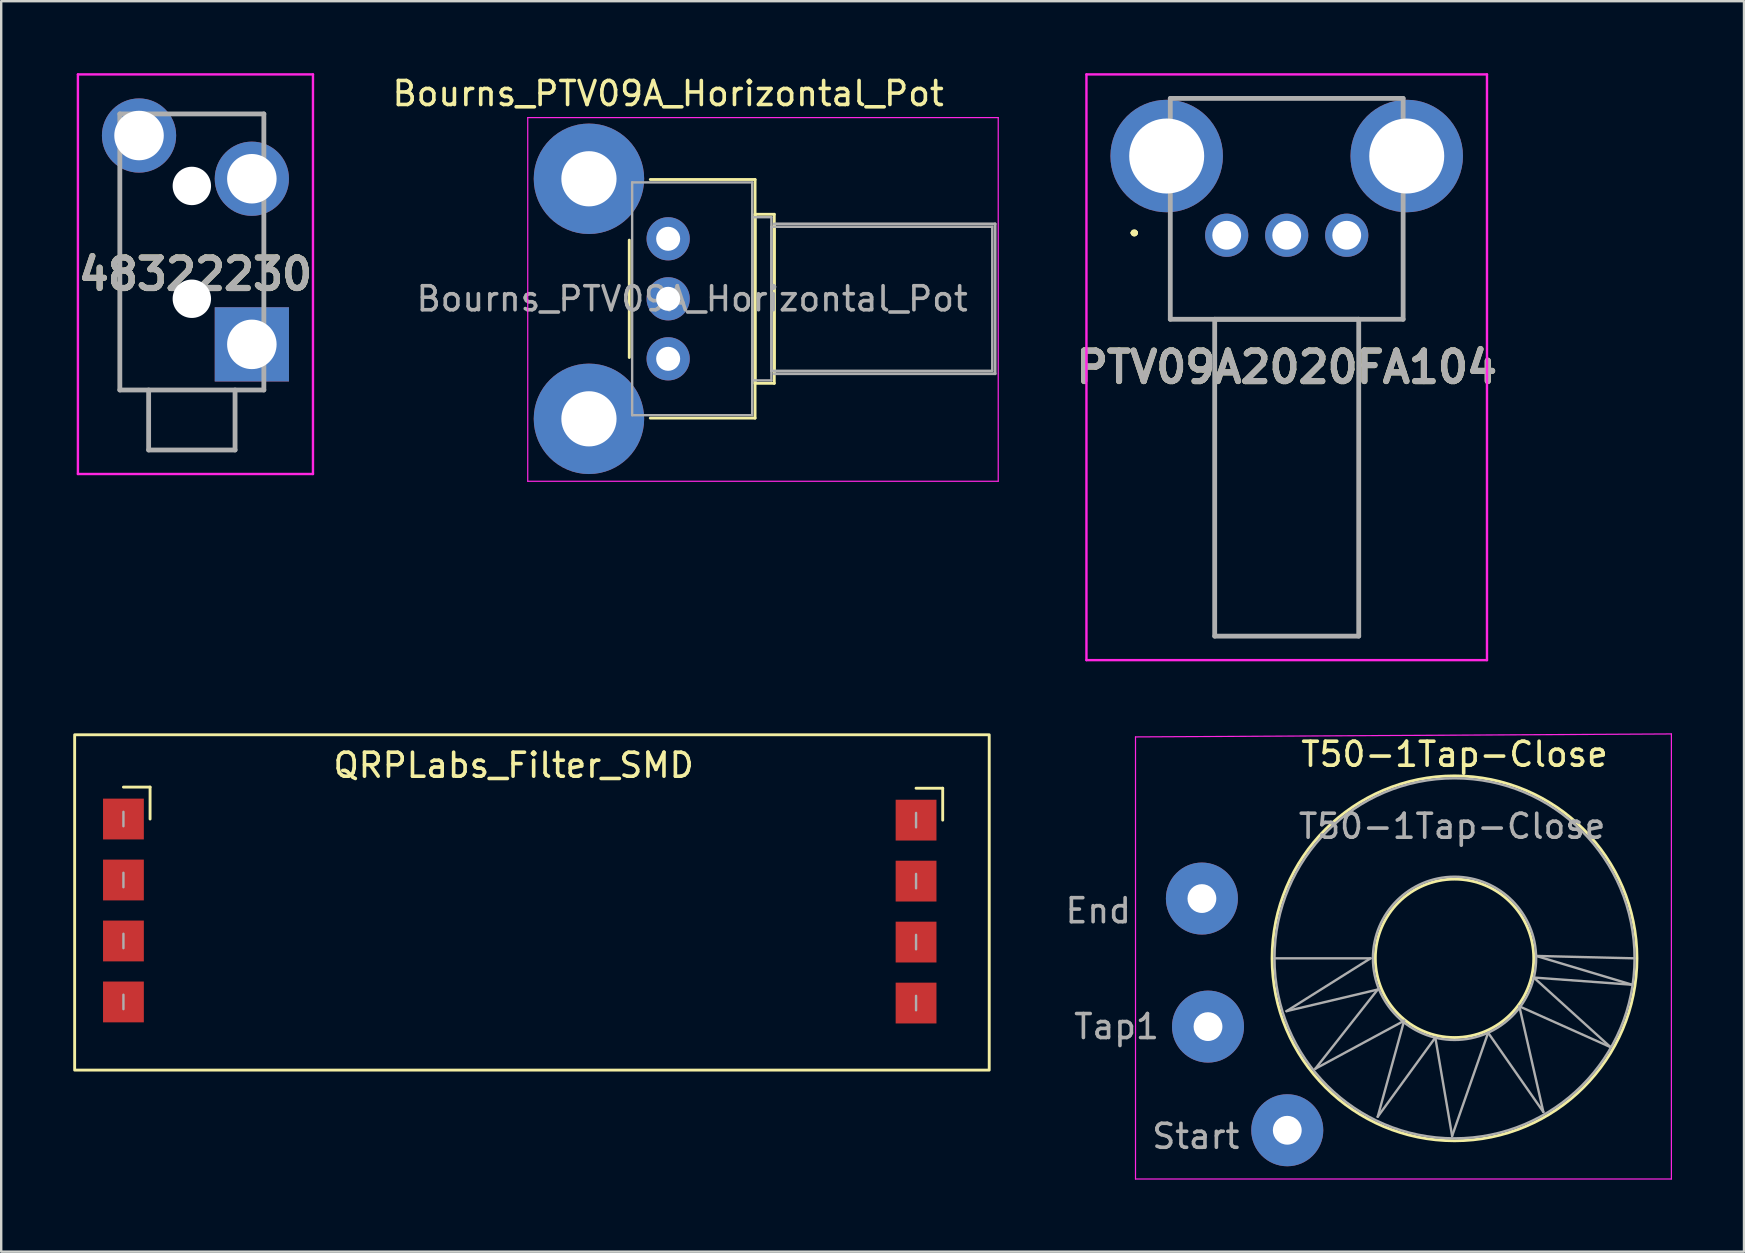
<source format=kicad_pcb>
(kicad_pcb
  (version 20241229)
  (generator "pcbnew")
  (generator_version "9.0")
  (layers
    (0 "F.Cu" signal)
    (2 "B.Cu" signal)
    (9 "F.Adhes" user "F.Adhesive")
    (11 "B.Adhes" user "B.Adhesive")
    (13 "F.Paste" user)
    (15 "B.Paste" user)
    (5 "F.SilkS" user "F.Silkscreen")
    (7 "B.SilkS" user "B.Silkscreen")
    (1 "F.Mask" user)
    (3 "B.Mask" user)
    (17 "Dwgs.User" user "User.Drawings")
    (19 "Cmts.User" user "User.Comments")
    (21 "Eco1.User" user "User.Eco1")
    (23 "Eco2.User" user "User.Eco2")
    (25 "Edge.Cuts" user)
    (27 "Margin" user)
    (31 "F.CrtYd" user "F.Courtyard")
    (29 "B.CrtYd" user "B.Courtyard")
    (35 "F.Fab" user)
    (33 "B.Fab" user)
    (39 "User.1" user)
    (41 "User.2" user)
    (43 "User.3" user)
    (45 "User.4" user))
  (footprint "48322230"
    (layer "F.Cu")
    (at 7.442 11.296)
    (property "Reference" "48322230" (at -2.35 -2.923 0) (layer "F.SilkS") (effects (font (size 1.27 1.27) (thickness 0.254))))
    (attr through_hole)
    (fp_line (start -5.5 -6.9) (end -5.5 1.9) (stroke (width 0.1) (type solid)) (layer "F.SilkS"))
    (fp_line (start -5.5 1.9) (end 0.5 1.9) (stroke (width 0.1) (type solid)) (layer "F.SilkS"))
    (fp_line (start -3 -9.6) (end 0.5 -9.6) (stroke (width 0.1) (type solid)) (layer "F.SilkS"))
    (fp_line (start 0.5 -9.6) (end 0.5 -9.1) (stroke (width 0.1) (type solid)) (layer "F.SilkS"))
    (fp_line (start 0.5 -5.1) (end 0.5 -2.1) (stroke (width 0.1) (type solid)) (layer "F.SilkS"))
    (fp_line (start -7.246 -11.246) (end 2.546 -11.246) (stroke (width 0.1) (type solid)) (layer "F.CrtYd"))
    (fp_line (start -7.246 5.4) (end -7.246 -11.246) (stroke (width 0.1) (type solid)) (layer "F.CrtYd"))
    (fp_line (start 2.546 -11.246) (end 2.546 5.4) (stroke (width 0.1) (type solid)) (layer "F.CrtYd"))
    (fp_line (start 2.546 5.4) (end -7.246 5.4) (stroke (width 0.1) (type solid)) (layer "F.CrtYd"))
    (fp_line (start -5.5 -9.6) (end 0.5 -9.6) (stroke (width 0.2) (type solid)) (layer "F.Fab"))
    (fp_line (start -5.5 1.9) (end -5.5 -9.6) (stroke (width 0.2) (type solid)) (layer "F.Fab"))
    (fp_line (start -4.3 1.9) (end -4.3 4.4) (stroke (width 0.2) (type solid)) (layer "F.Fab"))
    (fp_line (start -4.3 4.4) (end -0.7 4.4) (stroke (width 0.2) (type solid)) (layer "F.Fab"))
    (fp_line (start -0.7 4.4) (end -0.7 1.9) (stroke (width 0.2) (type solid)) (layer "F.Fab"))
    (fp_line (start 0.5 -9.6) (end 0.5 1.9) (stroke (width 0.2) (type solid)) (layer "F.Fab"))
    (fp_line (start 0.5 1.9) (end -5.5 1.9) (stroke (width 0.2) (type solid)) (layer "F.Fab"))
    (fp_text user "${REFERENCE}" (at -2.35 -2.923 0) (layer "F.Fab") (effects (font (size 1.27 1.27) (thickness 0.254))))
    (pad "" np_thru_hole circle (at -2.5 -6.6) (size 1.6 1.6) (drill 1.6) (layers "*.Cu" "*.Mask"))
    (pad "" np_thru_hole circle (at -2.5 -1.9) (size 1.6 1.6) (drill 1.6) (layers "*.Cu" "*.Mask"))
    (pad "1" thru_hole rect (at 0 0) (size 3.092 3.092) (drill 2.062) (layers "*.Cu" "*.Mask"))
    (pad "2" thru_hole circle (at 0 -6.9) (size 3.092 3.092) (drill 2.062) (layers "*.Cu" "*.Mask"))
    (pad "3" thru_hole circle (at -4.7 -8.7) (size 3.092 3.092) (drill 2.062) (layers "*.Cu" "*.Mask")))
  (footprint "T50-1Tap-Close"
    (layer "F.Cu")
    (at 46.004 35.399)
    (property "Reference" "T50-1Tap-Close" (at 11.54 -7.026 0) (layer "F.SilkS") (effects (font (size 1 1) (thickness 0.15))))
    (attr through_hole)
    (fp_circle (center 11.54 1.474) (end 14.84 1.474) (stroke (width 0.12) (type solid)) (fill no) (layer "F.SilkS"))
    (fp_circle (center 11.54 1.474) (end 19.14 1.474) (stroke (width 0.12) (type solid)) (fill no) (layer "F.SilkS"))
    (fp_line (start -1.75 -7.75) (end -1.75 10.668) (stroke (width 0.05) (type solid)) (layer "F.CrtYd"))
    (fp_line (start -1.75 -7.75) (end 20.574 -7.874) (stroke (width 0.05) (type solid)) (layer "F.CrtYd"))
    (fp_line (start 20.574 10.668) (end -1.75 10.668) (stroke (width 0.05) (type solid)) (layer "F.CrtYd"))
    (fp_line (start 20.574 10.668) (end 20.574 -7.874) (stroke (width 0.05) (type solid)) (layer "F.CrtYd"))
    (fp_line (start 4.04 1.474) (end 8.04 1.474) (stroke (width 0.1) (type solid)) (layer "F.Fab"))
    (fp_line (start 4.54 3.674) (end 8.34 2.774) (stroke (width 0.1) (type solid)) (layer "F.Fab"))
    (fp_line (start 5.74 6.074) (end 9.44 4.074) (stroke (width 0.1) (type solid)) (layer "F.Fab"))
    (fp_line (start 8.04 1.474) (end 4.54 3.674) (stroke (width 0.1) (type solid)) (layer "F.Fab"))
    (fp_line (start 8.34 2.774) (end 5.74 6.074) (stroke (width 0.1) (type solid)) (layer "F.Fab"))
    (fp_line (start 8.34 8.074) (end 10.74 4.774) (stroke (width 0.1) (type solid)) (layer "F.Fab"))
    (fp_line (start 9.44 4.074) (end 8.34 8.074) (stroke (width 0.1) (type solid)) (layer "F.Fab"))
    (fp_line (start 10.74 4.774) (end 11.44 8.874) (stroke (width 0.1) (type solid)) (layer "F.Fab"))
    (fp_line (start 11.44 8.874) (end 12.94 4.574) (stroke (width 0.1) (type solid)) (layer "F.Fab"))
    (fp_line (start 12.94 4.574) (end 15.24 7.874) (stroke (width 0.1) (type solid)) (layer "F.Fab"))
    (fp_line (start 14.24 3.474) (end 18.04 5.174) (stroke (width 0.1) (type solid)) (layer "F.Fab"))
    (fp_line (start 14.84 2.274) (end 18.94 2.574) (stroke (width 0.1) (type solid)) (layer "F.Fab"))
    (fp_line (start 14.94 1.374) (end 19.04 1.474) (stroke (width 0.1) (type solid)) (layer "F.Fab"))
    (fp_line (start 15.24 7.874) (end 14.24 3.474) (stroke (width 0.1) (type solid)) (layer "F.Fab"))
    (fp_line (start 18.04 5.174) (end 14.84 2.274) (stroke (width 0.1) (type solid)) (layer "F.Fab"))
    (fp_line (start 18.94 2.574) (end 14.94 1.374) (stroke (width 0.1) (type solid)) (layer "F.Fab"))
    (fp_circle (center 11.54 1.474) (end 14.94 1.474) (stroke (width 0.1) (type solid)) (fill no) (layer "F.Fab"))
    (fp_circle (center 11.54 1.474) (end 19.04 1.474) (stroke (width 0.1) (type solid)) (fill no) (layer "F.Fab"))
    (fp_text user "${REFERENCE}" (at 11.44 -4.026 0) (layer "F.Fab") (effects (font (size 1 1) (thickness 0.15))))
    (fp_text user "Tap1" (at -2.54 4.318 0) (layer "F.Fab") (effects (font (size 1 1) (thickness 0.15))))
    (fp_text user "Start" (at 0.762 8.89 0) (layer "F.Fab") (effects (font (size 1 1) (thickness 0.15))))
    (fp_text user "End" (at -3.302 -0.508 0) (layer "F.Fab") (effects (font (size 1 1) (thickness 0.15))))
    (pad "1" thru_hole circle (at 4.572 8.636) (size 3 3) (drill 1.2) (layers "*.Cu" "*.Mask"))
    (pad "2" thru_hole circle (at 1.27 4.318) (size 3 3) (drill 1.2) (layers "*.Cu" "*.Mask"))
    (pad "3" thru_hole circle (at 1.016 -1.016) (size 3 3) (drill 1.2) (layers "*.Cu" "*.Mask")))
  (footprint "QRPLabs_Filter_SMD"
    (layer "F.Cu")
    (at 12.252 36.45)
    (property "Reference" "QRPLabs_Filter_SMD" (at 6.096 -7.62 0) (unlocked yes) (layer "F.SilkS") (effects (font (size 1 1) (thickness 0.15))))
    (attr smd)
    (fp_line (start -10.16 -6.71) (end -9.05 -6.71) (stroke (width 0.12) (type solid)) (layer "F.SilkS"))
    (fp_line (start -9.05 -6.71) (end -9.05 -5.38) (stroke (width 0.12) (type solid)) (layer "F.SilkS"))
    (fp_line (start 22.86 -6.664) (end 23.97 -6.664) (stroke (width 0.12) (type solid)) (layer "F.SilkS"))
    (fp_line (start 23.97 -6.664) (end 23.97 -5.334) (stroke (width 0.12) (type solid)) (layer "F.SilkS"))
    (fp_rect (start 25.908 5.08) (end -12.192 -8.89) (stroke (width 0.12) (type solid)) (fill no) (layer "F.SilkS"))
    (fp_line (start -10.16 -5.08) (end -10.16 -5.68) (stroke (width 0.1) (type solid)) (layer "F.Fab"))
    (fp_line (start -10.16 -2.54) (end -10.16 -3.14) (stroke (width 0.1) (type solid)) (layer "F.Fab"))
    (fp_line (start -10.16 0) (end -10.16 -0.6) (stroke (width 0.1) (type solid)) (layer "F.Fab"))
    (fp_line (start -10.16 2.54) (end -10.16 1.94) (stroke (width 0.1) (type solid)) (layer "F.Fab"))
    (fp_line (start 22.86 -5.034) (end 22.86 -5.634) (stroke (width 0.1) (type solid)) (layer "F.Fab"))
    (fp_line (start 22.86 -2.494) (end 22.86 -3.094) (stroke (width 0.1) (type solid)) (layer "F.Fab"))
    (fp_line (start 22.86 0.046) (end 22.86 -0.554) (stroke (width 0.1) (type solid)) (layer "F.Fab"))
    (fp_line (start 22.86 2.586) (end 22.86 1.986) (stroke (width 0.1) (type solid)) (layer "F.Fab"))
    (pad "1" smd rect (at -10.16 -5.38) (size 1.7 1.7) (layers "F.Cu" "F.Mask" "F.Paste"))
    (pad "2" smd rect (at -10.16 -2.84) (size 1.7 1.7) (layers "F.Cu" "F.Mask" "F.Paste"))
    (pad "3" smd rect (at -10.16 -0.3) (size 1.7 1.7) (layers "F.Cu" "F.Mask" "F.Paste"))
    (pad "4" smd rect (at -10.16 2.24) (size 1.7 1.7) (layers "F.Cu" "F.Mask" "F.Paste"))
    (pad "5" smd rect (at 22.86 2.286) (size 1.7 1.7) (layers "F.Cu" "F.Mask" "F.Paste"))
    (pad "6" smd rect (at 22.86 -0.254) (size 1.7 1.7) (layers "F.Cu" "F.Mask" "F.Paste"))
    (pad "7" smd rect (at 22.86 -2.794) (size 1.7 1.7) (layers "F.Cu" "F.Mask" "F.Paste"))
    (pad "8" smd rect (at 22.86 -5.334) (size 1.7 1.7) (layers "F.Cu" "F.Mask" "F.Paste")))
  (footprint "Bourns_PTV09A_Horizontal_Pot"
    (layer "F.Cu")
    (at 24.785 11.898)
    (property "Reference" "Bourns_PTV09A_Horizontal_Pot" (at 0 -11.05 0) (layer "F.SilkS") (effects (font (size 1 1) (thickness 0.15))))
    (attr through_hole)
    (fp_line (start -1.62 -4.944) (end -1.62 -0.055) (stroke (width 0.12) (type solid)) (layer "F.SilkS"))
    (fp_line (start -0.745 -7.47) (end 3.62 -7.47) (stroke (width 0.12) (type solid)) (layer "F.SilkS"))
    (fp_line (start -0.745 2.47) (end 3.62 2.47) (stroke (width 0.12) (type solid)) (layer "F.SilkS"))
    (fp_line (start 3.62 -7.47) (end 3.62 2.47) (stroke (width 0.12) (type solid)) (layer "F.SilkS"))
    (fp_line (start 3.62 -6.02) (end 3.62 1.02) (stroke (width 0.12) (type solid)) (layer "F.SilkS"))
    (fp_line (start 3.62 -6.02) (end 4.42 -6.02) (stroke (width 0.12) (type solid)) (layer "F.SilkS"))
    (fp_line (start 3.62 1.02) (end 4.42 1.02) (stroke (width 0.12) (type solid)) (layer "F.SilkS"))
    (fp_line (start 4.42 -6.02) (end 4.42 1.02) (stroke (width 0.12) (type solid)) (layer "F.SilkS"))
    (fp_line (start 4.42 -5.62) (end 4.42 0.62) (stroke (width 0.12) (type solid)) (layer "F.SilkS"))
    (fp_line (start -5.85 -10.05) (end -5.85 5.1) (stroke (width 0.05) (type solid)) (layer "F.CrtYd"))
    (fp_line (start -5.85 5.1) (end 13.75 5.1) (stroke (width 0.05) (type solid)) (layer "F.CrtYd"))
    (fp_line (start 13.75 -10.05) (end -5.85 -10.05) (stroke (width 0.05) (type solid)) (layer "F.CrtYd"))
    (fp_line (start 13.75 5.1) (end 13.75 -10.05) (stroke (width 0.05) (type solid)) (layer "F.CrtYd"))
    (fp_line (start -1.5 -7.35) (end -1.5 2.35) (stroke (width 0.1) (type solid)) (layer "F.Fab"))
    (fp_line (start -1.5 2.35) (end 3.5 2.35) (stroke (width 0.1) (type solid)) (layer "F.Fab"))
    (fp_line (start 3.5 -7.35) (end -1.5 -7.35) (stroke (width 0.1) (type solid)) (layer "F.Fab"))
    (fp_line (start 3.5 -5.9) (end 3.5 0.9) (stroke (width 0.1) (type solid)) (layer "F.Fab"))
    (fp_line (start 3.5 0.9) (end 4.3 0.9) (stroke (width 0.1) (type solid)) (layer "F.Fab"))
    (fp_line (start 3.5 2.35) (end 3.5 -7.35) (stroke (width 0.1) (type solid)) (layer "F.Fab"))
    (fp_line (start 4.3 -5.9) (end 3.5 -5.9) (stroke (width 0.1) (type solid)) (layer "F.Fab"))
    (fp_line (start 4.3 -5.5) (end 4.3 0.5) (stroke (width 0.1) (type solid)) (layer "F.Fab"))
    (fp_line (start 4.3 0.5) (end 13.5 0.5) (stroke (width 0.1) (type solid)) (layer "F.Fab"))
    (fp_line (start 4.3 0.9) (end 4.3 -5.9) (stroke (width 0.1) (type solid)) (layer "F.Fab"))
    (fp_line (start 4.42 -5.62) (end 13.62 -5.62) (stroke (width 0.12) (type solid)) (layer "F.Fab"))
    (fp_line (start 4.42 0.62) (end 13.62 0.62) (stroke (width 0.12) (type solid)) (layer "F.Fab"))
    (fp_line (start 13.5 -5.5) (end 4.3 -5.5) (stroke (width 0.1) (type solid)) (layer "F.Fab"))
    (fp_line (start 13.5 0.5) (end 13.5 -5.5) (stroke (width 0.1) (type solid)) (layer "F.Fab"))
    (fp_line (start 13.62 -5.62) (end 13.62 0.62) (stroke (width 0.12) (type solid)) (layer "F.Fab"))
    (fp_text user "${REFERENCE}" (at 1 -2.5 0) (layer "F.Fab") (effects (font (size 1 1) (thickness 0.15))))
    (pad "" thru_hole circle (at -3.3 -7.5) (size 4.6 4.6) (drill 2.3) (layers "*.Cu" "*.Mask"))
    (pad "" thru_hole circle (at -3.3 2.5) (size 4.6 4.6) (drill 2.3) (layers "*.Cu" "*.Mask"))
    (pad "1" thru_hole circle (at 0 0) (size 1.8 1.8) (drill 1) (layers "*.Cu" "*.Mask"))
    (pad "2" thru_hole circle (at 0 -2.5) (size 1.8 1.8) (drill 1) (layers "*.Cu" "*.Mask"))
    (pad "3" thru_hole circle (at 0 -5) (size 1.8 1.8) (drill 1) (layers "*.Cu" "*.Mask")))
  (footprint "PTV09A2020FA104"
    (layer "F.Cu")
    (at 48.053 6.75)
    (property "Reference" "PTV09A2020FA104" (at 2.5 5.5 0) (layer "F.SilkS") (effects (font (size 1.27 1.27) (thickness 0.254))))
    (attr through_hole)
    (fp_line (start -3.9 -0.1) (end -3.9 -0.1) (stroke (width 0.2) (type solid)) (layer "F.SilkS"))
    (fp_line (start -3.9 -0.1) (end -3.9 -0.1) (stroke (width 0.2) (type solid)) (layer "F.SilkS"))
    (fp_line (start -3.8 -0.1) (end -3.8 -0.1) (stroke (width 0.2) (type solid)) (layer "F.SilkS"))
    (fp_line (start -2.35 0) (end -2.35 0) (stroke (width 0.1) (type solid)) (layer "F.SilkS"))
    (fp_line (start -2.35 0) (end -2.35 3.5) (stroke (width 0.1) (type solid)) (layer "F.SilkS"))
    (fp_line (start -2.35 3.5) (end -2.35 0) (stroke (width 0.1) (type solid)) (layer "F.SilkS"))
    (fp_line (start -2.35 3.5) (end -2.35 3.5) (stroke (width 0.1) (type solid)) (layer "F.SilkS"))
    (fp_line (start -2.35 3.5) (end -2.35 3.5) (stroke (width 0.1) (type solid)) (layer "F.SilkS"))
    (fp_line (start -2.35 3.5) (end -0.75 3.5) (stroke (width 0.1) (type solid)) (layer "F.SilkS"))
    (fp_line (start -0.75 3.5) (end -2.35 3.5) (stroke (width 0.1) (type solid)) (layer "F.SilkS"))
    (fp_line (start -0.75 3.5) (end -0.75 3.5) (stroke (width 0.1) (type solid)) (layer "F.SilkS"))
    (fp_line (start -0.75 3.5) (end -0.75 3.5) (stroke (width 0.1) (type solid)) (layer "F.SilkS"))
    (fp_line (start -0.75 3.5) (end -0.5 3.5) (stroke (width 0.1) (type solid)) (layer "F.SilkS"))
    (fp_line (start -0.5 3.5) (end -0.75 3.5) (stroke (width 0.1) (type solid)) (layer "F.SilkS"))
    (fp_line (start -0.5 3.5) (end -0.5 3.5) (stroke (width 0.1) (type solid)) (layer "F.SilkS"))
    (fp_line (start -0.5 3.5) (end 5.5 3.5) (stroke (width 0.1) (type solid)) (layer "F.SilkS"))
    (fp_line (start -0.5 16.7) (end -0.5 3.5) (stroke (width 0.1) (type solid)) (layer "F.SilkS"))
    (fp_line (start 0.75 -5.7) (end 0.75 -5.7) (stroke (width 0.1) (type solid)) (layer "F.SilkS"))
    (fp_line (start 0.75 -5.7) (end 4.5 -5.7) (stroke (width 0.1) (type solid)) (layer "F.SilkS"))
    (fp_line (start 4.5 -5.7) (end 0.75 -5.7) (stroke (width 0.1) (type solid)) (layer "F.SilkS"))
    (fp_line (start 4.5 -5.7) (end 4.5 -5.7) (stroke (width 0.1) (type solid)) (layer "F.SilkS"))
    (fp_line (start 5.5 3.5) (end 5.5 3.5) (stroke (width 0.1) (type solid)) (layer "F.SilkS"))
    (fp_line (start 5.5 3.5) (end 5.5 16.7) (stroke (width 0.1) (type solid)) (layer "F.SilkS"))
    (fp_line (start 5.5 3.5) (end 7.35 3.5) (stroke (width 0.1) (type solid)) (layer "F.SilkS"))
    (fp_line (start 5.5 16.7) (end -0.5 16.7) (stroke (width 0.1) (type solid)) (layer "F.SilkS"))
    (fp_line (start 7.35 0) (end 7.35 0) (stroke (width 0.1) (type solid)) (layer "F.SilkS"))
    (fp_line (start 7.35 0) (end 7.35 3.5) (stroke (width 0.1) (type solid)) (layer "F.SilkS"))
    (fp_line (start 7.35 3.5) (end 5.5 3.5) (stroke (width 0.1) (type solid)) (layer "F.SilkS"))
    (fp_line (start 7.35 3.5) (end 7.35 0) (stroke (width 0.1) (type solid)) (layer "F.SilkS"))
    (fp_line (start 7.35 3.5) (end 7.35 3.5) (stroke (width 0.1) (type solid)) (layer "F.SilkS"))
    (fp_line (start 7.35 3.5) (end 7.35 3.5) (stroke (width 0.1) (type solid)) (layer "F.SilkS"))
    (fp_arc (start -3.9 -0.1) (mid -3.85 -0.15) (end -3.8 -0.1) (stroke (width 0.2) (type solid)) (layer "F.SilkS"))
    (fp_arc (start -3.8 -0.1) (mid -3.85 -0.05) (end -3.9 -0.1) (stroke (width 0.2) (type solid)) (layer "F.SilkS"))
    (fp_arc (start -3.8 -0.1) (mid -3.85 -0.05) (end -3.9 -0.1) (stroke (width 0.2) (type solid)) (layer "F.SilkS"))
    (fp_line (start -5.843 -6.7) (end 10.843 -6.7) (stroke (width 0.1) (type solid)) (layer "F.CrtYd"))
    (fp_line (start -5.843 17.7) (end -5.843 -6.7) (stroke (width 0.1) (type solid)) (layer "F.CrtYd"))
    (fp_line (start 10.843 -6.7) (end 10.843 17.7) (stroke (width 0.1) (type solid)) (layer "F.CrtYd"))
    (fp_line (start 10.843 17.7) (end -5.843 17.7) (stroke (width 0.1) (type solid)) (layer "F.CrtYd"))
    (fp_line (start -2.35 -5.7) (end -2.35 3.5) (stroke (width 0.2) (type solid)) (layer "F.Fab"))
    (fp_line (start -2.35 3.5) (end 7.35 3.5) (stroke (width 0.2) (type solid)) (layer "F.Fab"))
    (fp_line (start -0.5 3.5) (end 5.5 3.5) (stroke (width 0.2) (type solid)) (layer "F.Fab"))
    (fp_line (start -0.5 16.7) (end -0.5 3.5) (stroke (width 0.2) (type solid)) (layer "F.Fab"))
    (fp_line (start 5.5 3.5) (end 5.5 16.7) (stroke (width 0.2) (type solid)) (layer "F.Fab"))
    (fp_line (start 5.5 16.7) (end -0.5 16.7) (stroke (width 0.2) (type solid)) (layer "F.Fab"))
    (fp_line (start 7.35 -5.7) (end -2.35 -5.7) (stroke (width 0.2) (type solid)) (layer "F.Fab"))
    (fp_line (start 7.35 3.5) (end 7.35 -5.7) (stroke (width 0.2) (type solid)) (layer "F.Fab"))
    (fp_text user "${REFERENCE}" (at 2.5 5.5 0) (layer "F.Fab") (effects (font (size 1.27 1.27) (thickness 0.254))))
    (pad "1" thru_hole circle (at 0 0) (size 1.8 1.8) (drill 1.2) (layers "*.Cu" "*.Mask"))
    (pad "2" thru_hole circle (at 2.5 0) (size 1.8 1.8) (drill 1.2) (layers "*.Cu" "*.Mask"))
    (pad "3" thru_hole circle (at 5 0) (size 1.8 1.8) (drill 1.2) (layers "*.Cu" "*.Mask"))
    (pad "MH1" thru_hole circle (at -2.5 -3.3) (size 4.686 4.686) (drill 3.124) (layers "*.Cu" "*.Mask"))
    (pad "MH2" thru_hole circle (at 7.5 -3.3) (size 4.686 4.686) (drill 3.124) (layers "*.Cu" "*.Mask")))
  (gr_rect
    (start -3 -3)
    (end 69.603 49.092)
    (stroke (width 0.1) (type default))
    (fill no)
    (layer "Edge.Cuts")))
</source>
